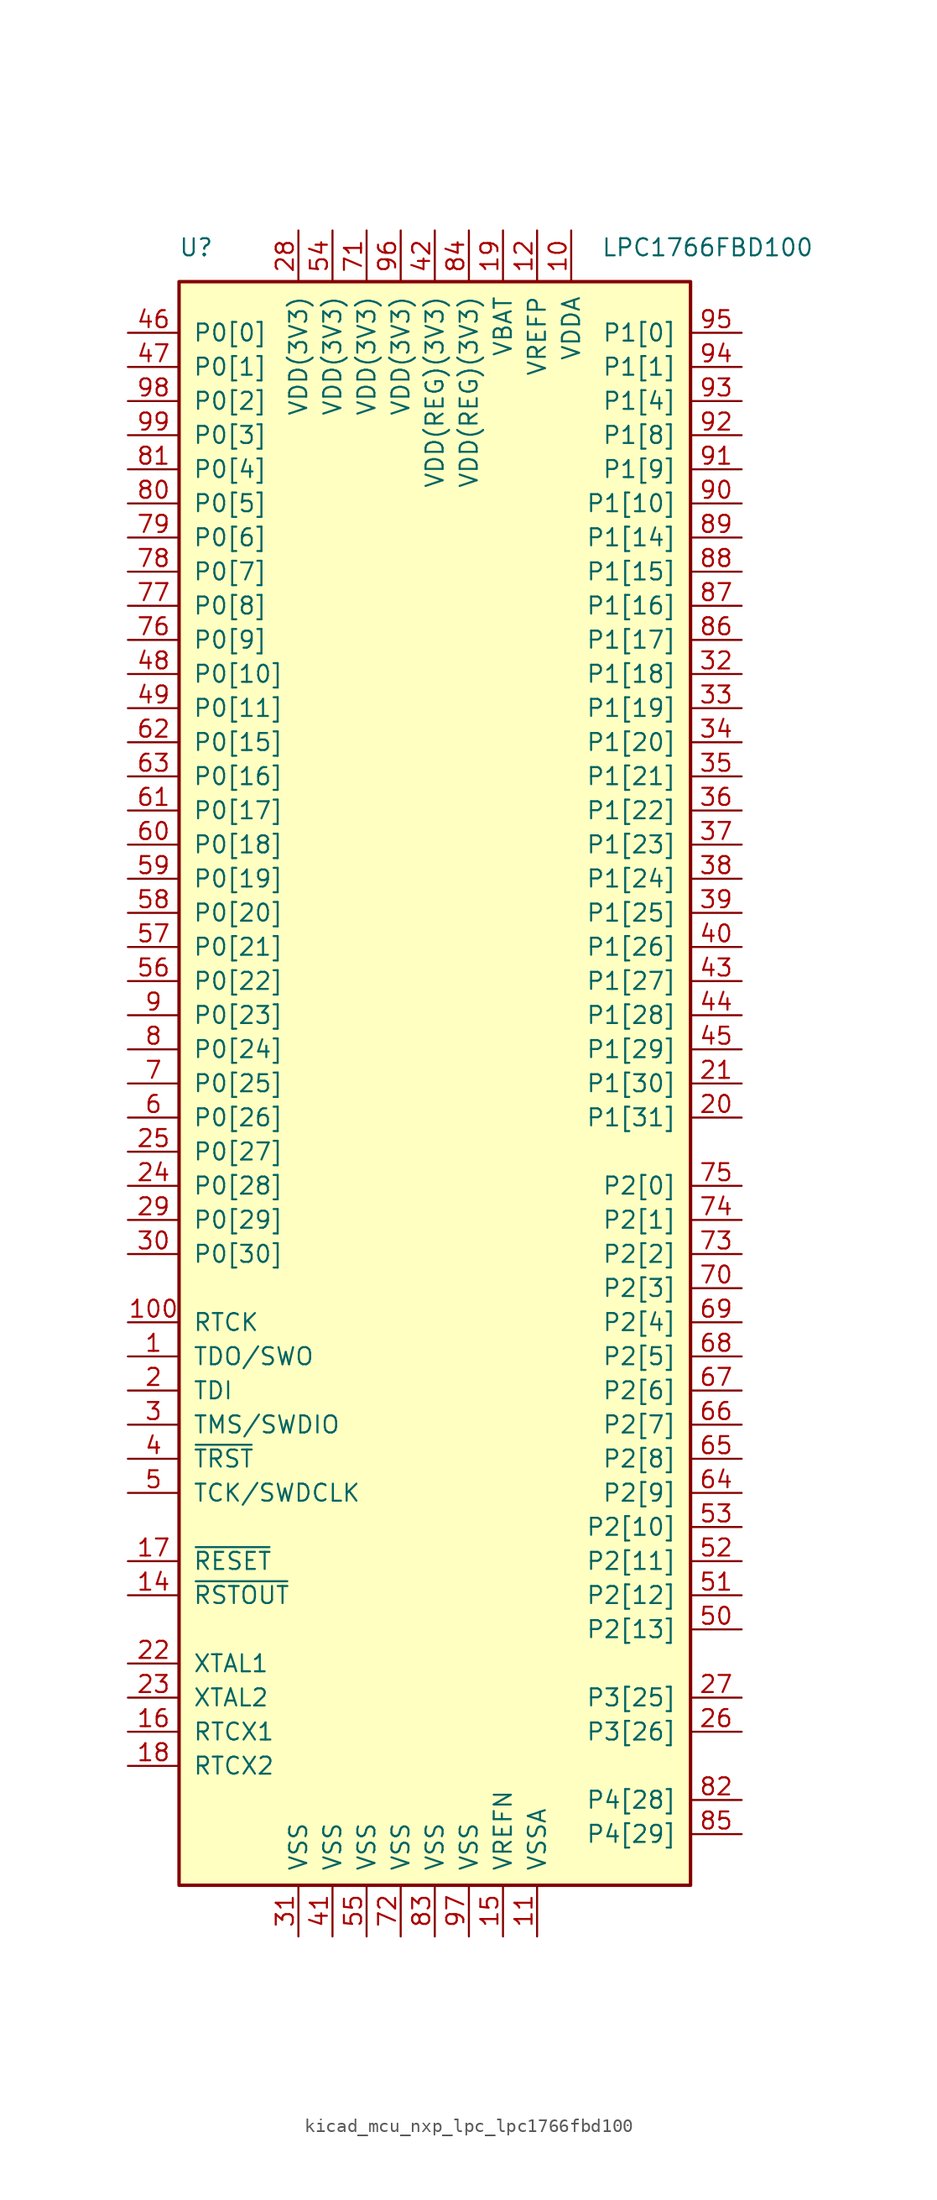
<source format=kicad_sym>
(kicad_symbol_lib
  (version 20220914)
  (generator kicad_symbol_editor)
  (symbol "kicad_mcu_nxp_lpc_lpc1766fbd100"
    (pin_names
      (offset 1.016))
    (property "Reference" "U"
      (at -17.78 62.23 0)
      (effects (font (size 1.27 1.27))))
    (property "Value" "LPC1766FBD100"
      (at 20.32 62.23 0)
      (effects (font (size 1.27 1.27))))
    (symbol "kicad_mcu_nxp_lpc_lpc1766fbd100_0_1"
      (rectangle (start -19.05 59.69) (end 19.05 -59.69) (stroke (width 0.254) (type default)) (fill (type background))))
    (symbol "kicad_mcu_nxp_lpc_lpc1766fbd100_1_1"
      (pin output line (at -22.86 -20.32 0) (length 3.81) (name "TDO/SWO" (effects (font (size 1.27 1.27)))) (number "1" (effects (font (size 1.27 1.27)))))
      (pin power_in line (at 10.16 63.5 270) (length 3.81) (name "VDDA" (effects (font (size 1.27 1.27)))) (number "10" (effects (font (size 1.27 1.27)))))
      (pin output line (at -22.86 -17.78 0) (length 3.81) (name "RTCK" (effects (font (size 1.27 1.27)))) (number "100" (effects (font (size 1.27 1.27)))))
      (pin power_in line (at 7.62 -63.5 90) (length 3.81) (name "VSSA" (effects (font (size 1.27 1.27)))) (number "11" (effects (font (size 1.27 1.27)))))
      (pin power_in line (at 7.62 63.5 270) (length 3.81) (name "VREFP" (effects (font (size 1.27 1.27)))) (number "12" (effects (font (size 1.27 1.27)))))
      (pin no_connect line (at -19.05 -55.88 0) (length 3.81) hide (name "NC" (effects (font (size 1.27 1.27)))) (number "13" (effects (font (size 1.27 1.27)))))
      (pin output line (at -22.86 -38.1 0) (length 3.81) (name "~{RSTOUT}" (effects (font (size 1.27 1.27)))) (number "14" (effects (font (size 1.27 1.27)))))
      (pin power_in line (at 5.08 -63.5 90) (length 3.81) (name "VREFN" (effects (font (size 1.27 1.27)))) (number "15" (effects (font (size 1.27 1.27)))))
      (pin input line (at -22.86 -48.26 0) (length 3.81) (name "RTCX1" (effects (font (size 1.27 1.27)))) (number "16" (effects (font (size 1.27 1.27)))))
      (pin input line (at -22.86 -35.56 0) (length 3.81) (name "~{RESET}" (effects (font (size 1.27 1.27)))) (number "17" (effects (font (size 1.27 1.27)))))
      (pin output line (at -22.86 -50.8 0) (length 3.81) (name "RTCX2" (effects (font (size 1.27 1.27)))) (number "18" (effects (font (size 1.27 1.27)))))
      (pin power_in line (at 5.08 63.5 270) (length 3.81) (name "VBAT" (effects (font (size 1.27 1.27)))) (number "19" (effects (font (size 1.27 1.27)))))
      (pin input line (at -22.86 -22.86 0) (length 3.81) (name "TDI" (effects (font (size 1.27 1.27)))) (number "2" (effects (font (size 1.27 1.27)))))
      (pin bidirectional line (at 22.86 -2.54 180) (length 3.81) (name "P1[31]" (effects (font (size 1.27 1.27)))) (number "20" (effects (font (size 1.27 1.27)))))
      (pin bidirectional line (at 22.86 0 180) (length 3.81) (name "P1[30]" (effects (font (size 1.27 1.27)))) (number "21" (effects (font (size 1.27 1.27)))))
      (pin input line (at -22.86 -43.18 0) (length 3.81) (name "XTAL1" (effects (font (size 1.27 1.27)))) (number "22" (effects (font (size 1.27 1.27)))))
      (pin output line (at -22.86 -45.72 0) (length 3.81) (name "XTAL2" (effects (font (size 1.27 1.27)))) (number "23" (effects (font (size 1.27 1.27)))))
      (pin bidirectional line (at -22.86 -7.62 0) (length 3.81) (name "P0[28]" (effects (font (size 1.27 1.27)))) (number "24" (effects (font (size 1.27 1.27)))))
      (pin bidirectional line (at -22.86 -5.08 0) (length 3.81) (name "P0[27]" (effects (font (size 1.27 1.27)))) (number "25" (effects (font (size 1.27 1.27)))))
      (pin bidirectional line (at 22.86 -48.26 180) (length 3.81) (name "P3[26]" (effects (font (size 1.27 1.27)))) (number "26" (effects (font (size 1.27 1.27)))))
      (pin bidirectional line (at 22.86 -45.72 180) (length 3.81) (name "P3[25]" (effects (font (size 1.27 1.27)))) (number "27" (effects (font (size 1.27 1.27)))))
      (pin power_in line (at -10.16 63.5 270) (length 3.81) (name "VDD(3V3)" (effects (font (size 1.27 1.27)))) (number "28" (effects (font (size 1.27 1.27)))))
      (pin bidirectional line (at -22.86 -10.16 0) (length 3.81) (name "P0[29]" (effects (font (size 1.27 1.27)))) (number "29" (effects (font (size 1.27 1.27)))))
      (pin bidirectional line (at -22.86 -25.4 0) (length 3.81) (name "TMS/SWDIO" (effects (font (size 1.27 1.27)))) (number "3" (effects (font (size 1.27 1.27)))))
      (pin bidirectional line (at -22.86 -12.7 0) (length 3.81) (name "P0[30]" (effects (font (size 1.27 1.27)))) (number "30" (effects (font (size 1.27 1.27)))))
      (pin power_in line (at -10.16 -63.5 90) (length 3.81) (name "VSS" (effects (font (size 1.27 1.27)))) (number "31" (effects (font (size 1.27 1.27)))))
      (pin bidirectional line (at 22.86 30.48 180) (length 3.81) (name "P1[18]" (effects (font (size 1.27 1.27)))) (number "32" (effects (font (size 1.27 1.27)))))
      (pin bidirectional line (at 22.86 27.94 180) (length 3.81) (name "P1[19]" (effects (font (size 1.27 1.27)))) (number "33" (effects (font (size 1.27 1.27)))))
      (pin bidirectional line (at 22.86 25.4 180) (length 3.81) (name "P1[20]" (effects (font (size 1.27 1.27)))) (number "34" (effects (font (size 1.27 1.27)))))
      (pin bidirectional line (at 22.86 22.86 180) (length 3.81) (name "P1[21]" (effects (font (size 1.27 1.27)))) (number "35" (effects (font (size 1.27 1.27)))))
      (pin bidirectional line (at 22.86 20.32 180) (length 3.81) (name "P1[22]" (effects (font (size 1.27 1.27)))) (number "36" (effects (font (size 1.27 1.27)))))
      (pin bidirectional line (at 22.86 17.78 180) (length 3.81) (name "P1[23]" (effects (font (size 1.27 1.27)))) (number "37" (effects (font (size 1.27 1.27)))))
      (pin bidirectional line (at 22.86 15.24 180) (length 3.81) (name "P1[24]" (effects (font (size 1.27 1.27)))) (number "38" (effects (font (size 1.27 1.27)))))
      (pin bidirectional line (at 22.86 12.7 180) (length 3.81) (name "P1[25]" (effects (font (size 1.27 1.27)))) (number "39" (effects (font (size 1.27 1.27)))))
      (pin input line (at -22.86 -27.94 0) (length 3.81) (name "~{TRST}" (effects (font (size 1.27 1.27)))) (number "4" (effects (font (size 1.27 1.27)))))
      (pin bidirectional line (at 22.86 10.16 180) (length 3.81) (name "P1[26]" (effects (font (size 1.27 1.27)))) (number "40" (effects (font (size 1.27 1.27)))))
      (pin power_in line (at -7.62 -63.5 90) (length 3.81) (name "VSS" (effects (font (size 1.27 1.27)))) (number "41" (effects (font (size 1.27 1.27)))))
      (pin power_in line (at 0 63.5 270) (length 3.81) (name "VDD(REG)(3V3)" (effects (font (size 1.27 1.27)))) (number "42" (effects (font (size 1.27 1.27)))))
      (pin bidirectional line (at 22.86 7.62 180) (length 3.81) (name "P1[27]" (effects (font (size 1.27 1.27)))) (number "43" (effects (font (size 1.27 1.27)))))
      (pin bidirectional line (at 22.86 5.08 180) (length 3.81) (name "P1[28]" (effects (font (size 1.27 1.27)))) (number "44" (effects (font (size 1.27 1.27)))))
      (pin bidirectional line (at 22.86 2.54 180) (length 3.81) (name "P1[29]" (effects (font (size 1.27 1.27)))) (number "45" (effects (font (size 1.27 1.27)))))
      (pin bidirectional line (at -22.86 55.88 0) (length 3.81) (name "P0[0]" (effects (font (size 1.27 1.27)))) (number "46" (effects (font (size 1.27 1.27)))))
      (pin bidirectional line (at -22.86 53.34 0) (length 3.81) (name "P0[1]" (effects (font (size 1.27 1.27)))) (number "47" (effects (font (size 1.27 1.27)))))
      (pin bidirectional line (at -22.86 30.48 0) (length 3.81) (name "P0[10]" (effects (font (size 1.27 1.27)))) (number "48" (effects (font (size 1.27 1.27)))))
      (pin bidirectional line (at -22.86 27.94 0) (length 3.81) (name "P0[11]" (effects (font (size 1.27 1.27)))) (number "49" (effects (font (size 1.27 1.27)))))
      (pin input line (at -22.86 -30.48 0) (length 3.81) (name "TCK/SWDCLK" (effects (font (size 1.27 1.27)))) (number "5" (effects (font (size 1.27 1.27)))))
      (pin bidirectional line (at 22.86 -40.64 180) (length 3.81) (name "P2[13]" (effects (font (size 1.27 1.27)))) (number "50" (effects (font (size 1.27 1.27)))))
      (pin bidirectional line (at 22.86 -38.1 180) (length 3.81) (name "P2[12]" (effects (font (size 1.27 1.27)))) (number "51" (effects (font (size 1.27 1.27)))))
      (pin bidirectional line (at 22.86 -35.56 180) (length 3.81) (name "P2[11]" (effects (font (size 1.27 1.27)))) (number "52" (effects (font (size 1.27 1.27)))))
      (pin bidirectional line (at 22.86 -33.02 180) (length 3.81) (name "P2[10]" (effects (font (size 1.27 1.27)))) (number "53" (effects (font (size 1.27 1.27)))))
      (pin power_in line (at -7.62 63.5 270) (length 3.81) (name "VDD(3V3)" (effects (font (size 1.27 1.27)))) (number "54" (effects (font (size 1.27 1.27)))))
      (pin power_in line (at -5.08 -63.5 90) (length 3.81) (name "VSS" (effects (font (size 1.27 1.27)))) (number "55" (effects (font (size 1.27 1.27)))))
      (pin bidirectional line (at -22.86 7.62 0) (length 3.81) (name "P0[22]" (effects (font (size 1.27 1.27)))) (number "56" (effects (font (size 1.27 1.27)))))
      (pin bidirectional line (at -22.86 10.16 0) (length 3.81) (name "P0[21]" (effects (font (size 1.27 1.27)))) (number "57" (effects (font (size 1.27 1.27)))))
      (pin bidirectional line (at -22.86 12.7 0) (length 3.81) (name "P0[20]" (effects (font (size 1.27 1.27)))) (number "58" (effects (font (size 1.27 1.27)))))
      (pin bidirectional line (at -22.86 15.24 0) (length 3.81) (name "P0[19]" (effects (font (size 1.27 1.27)))) (number "59" (effects (font (size 1.27 1.27)))))
      (pin bidirectional line (at -22.86 -2.54 0) (length 3.81) (name "P0[26]" (effects (font (size 1.27 1.27)))) (number "6" (effects (font (size 1.27 1.27)))))
      (pin bidirectional line (at -22.86 17.78 0) (length 3.81) (name "P0[18]" (effects (font (size 1.27 1.27)))) (number "60" (effects (font (size 1.27 1.27)))))
      (pin bidirectional line (at -22.86 20.32 0) (length 3.81) (name "P0[17]" (effects (font (size 1.27 1.27)))) (number "61" (effects (font (size 1.27 1.27)))))
      (pin bidirectional line (at -22.86 25.4 0) (length 3.81) (name "P0[15]" (effects (font (size 1.27 1.27)))) (number "62" (effects (font (size 1.27 1.27)))))
      (pin bidirectional line (at -22.86 22.86 0) (length 3.81) (name "P0[16]" (effects (font (size 1.27 1.27)))) (number "63" (effects (font (size 1.27 1.27)))))
      (pin bidirectional line (at 22.86 -30.48 180) (length 3.81) (name "P2[9]" (effects (font (size 1.27 1.27)))) (number "64" (effects (font (size 1.27 1.27)))))
      (pin bidirectional line (at 22.86 -27.94 180) (length 3.81) (name "P2[8]" (effects (font (size 1.27 1.27)))) (number "65" (effects (font (size 1.27 1.27)))))
      (pin bidirectional line (at 22.86 -25.4 180) (length 3.81) (name "P2[7]" (effects (font (size 1.27 1.27)))) (number "66" (effects (font (size 1.27 1.27)))))
      (pin bidirectional line (at 22.86 -22.86 180) (length 3.81) (name "P2[6]" (effects (font (size 1.27 1.27)))) (number "67" (effects (font (size 1.27 1.27)))))
      (pin bidirectional line (at 22.86 -20.32 180) (length 3.81) (name "P2[5]" (effects (font (size 1.27 1.27)))) (number "68" (effects (font (size 1.27 1.27)))))
      (pin bidirectional line (at 22.86 -17.78 180) (length 3.81) (name "P2[4]" (effects (font (size 1.27 1.27)))) (number "69" (effects (font (size 1.27 1.27)))))
      (pin bidirectional line (at -22.86 0 0) (length 3.81) (name "P0[25]" (effects (font (size 1.27 1.27)))) (number "7" (effects (font (size 1.27 1.27)))))
      (pin bidirectional line (at 22.86 -15.24 180) (length 3.81) (name "P2[3]" (effects (font (size 1.27 1.27)))) (number "70" (effects (font (size 1.27 1.27)))))
      (pin power_in line (at -5.08 63.5 270) (length 3.81) (name "VDD(3V3)" (effects (font (size 1.27 1.27)))) (number "71" (effects (font (size 1.27 1.27)))))
      (pin power_in line (at -2.54 -63.5 90) (length 3.81) (name "VSS" (effects (font (size 1.27 1.27)))) (number "72" (effects (font (size 1.27 1.27)))))
      (pin bidirectional line (at 22.86 -12.7 180) (length 3.81) (name "P2[2]" (effects (font (size 1.27 1.27)))) (number "73" (effects (font (size 1.27 1.27)))))
      (pin bidirectional line (at 22.86 -10.16 180) (length 3.81) (name "P2[1]" (effects (font (size 1.27 1.27)))) (number "74" (effects (font (size 1.27 1.27)))))
      (pin bidirectional line (at 22.86 -7.62 180) (length 3.81) (name "P2[0]" (effects (font (size 1.27 1.27)))) (number "75" (effects (font (size 1.27 1.27)))))
      (pin bidirectional line (at -22.86 33.02 0) (length 3.81) (name "P0[9]" (effects (font (size 1.27 1.27)))) (number "76" (effects (font (size 1.27 1.27)))))
      (pin bidirectional line (at -22.86 35.56 0) (length 3.81) (name "P0[8]" (effects (font (size 1.27 1.27)))) (number "77" (effects (font (size 1.27 1.27)))))
      (pin bidirectional line (at -22.86 38.1 0) (length 3.81) (name "P0[7]" (effects (font (size 1.27 1.27)))) (number "78" (effects (font (size 1.27 1.27)))))
      (pin bidirectional line (at -22.86 40.64 0) (length 3.81) (name "P0[6]" (effects (font (size 1.27 1.27)))) (number "79" (effects (font (size 1.27 1.27)))))
      (pin bidirectional line (at -22.86 2.54 0) (length 3.81) (name "P0[24]" (effects (font (size 1.27 1.27)))) (number "8" (effects (font (size 1.27 1.27)))))
      (pin bidirectional line (at -22.86 43.18 0) (length 3.81) (name "P0[5]" (effects (font (size 1.27 1.27)))) (number "80" (effects (font (size 1.27 1.27)))))
      (pin bidirectional line (at -22.86 45.72 0) (length 3.81) (name "P0[4]" (effects (font (size 1.27 1.27)))) (number "81" (effects (font (size 1.27 1.27)))))
      (pin bidirectional line (at 22.86 -53.34 180) (length 3.81) (name "P4[28]" (effects (font (size 1.27 1.27)))) (number "82" (effects (font (size 1.27 1.27)))))
      (pin power_in line (at 0 -63.5 90) (length 3.81) (name "VSS" (effects (font (size 1.27 1.27)))) (number "83" (effects (font (size 1.27 1.27)))))
      (pin power_in line (at 2.54 63.5 270) (length 3.81) (name "VDD(REG)(3V3)" (effects (font (size 1.27 1.27)))) (number "84" (effects (font (size 1.27 1.27)))))
      (pin bidirectional line (at 22.86 -55.88 180) (length 3.81) (name "P4[29]" (effects (font (size 1.27 1.27)))) (number "85" (effects (font (size 1.27 1.27)))))
      (pin bidirectional line (at 22.86 33.02 180) (length 3.81) (name "P1[17]" (effects (font (size 1.27 1.27)))) (number "86" (effects (font (size 1.27 1.27)))))
      (pin bidirectional line (at 22.86 35.56 180) (length 3.81) (name "P1[16]" (effects (font (size 1.27 1.27)))) (number "87" (effects (font (size 1.27 1.27)))))
      (pin bidirectional line (at 22.86 38.1 180) (length 3.81) (name "P1[15]" (effects (font (size 1.27 1.27)))) (number "88" (effects (font (size 1.27 1.27)))))
      (pin bidirectional line (at 22.86 40.64 180) (length 3.81) (name "P1[14]" (effects (font (size 1.27 1.27)))) (number "89" (effects (font (size 1.27 1.27)))))
      (pin bidirectional line (at -22.86 5.08 0) (length 3.81) (name "P0[23]" (effects (font (size 1.27 1.27)))) (number "9" (effects (font (size 1.27 1.27)))))
      (pin bidirectional line (at 22.86 43.18 180) (length 3.81) (name "P1[10]" (effects (font (size 1.27 1.27)))) (number "90" (effects (font (size 1.27 1.27)))))
      (pin bidirectional line (at 22.86 45.72 180) (length 3.81) (name "P1[9]" (effects (font (size 1.27 1.27)))) (number "91" (effects (font (size 1.27 1.27)))))
      (pin bidirectional line (at 22.86 48.26 180) (length 3.81) (name "P1[8]" (effects (font (size 1.27 1.27)))) (number "92" (effects (font (size 1.27 1.27)))))
      (pin bidirectional line (at 22.86 50.8 180) (length 3.81) (name "P1[4]" (effects (font (size 1.27 1.27)))) (number "93" (effects (font (size 1.27 1.27)))))
      (pin bidirectional line (at 22.86 53.34 180) (length 3.81) (name "P1[1]" (effects (font (size 1.27 1.27)))) (number "94" (effects (font (size 1.27 1.27)))))
      (pin bidirectional line (at 22.86 55.88 180) (length 3.81) (name "P1[0]" (effects (font (size 1.27 1.27)))) (number "95" (effects (font (size 1.27 1.27)))))
      (pin power_in line (at -2.54 63.5 270) (length 3.81) (name "VDD(3V3)" (effects (font (size 1.27 1.27)))) (number "96" (effects (font (size 1.27 1.27)))))
      (pin power_in line (at 2.54 -63.5 90) (length 3.81) (name "VSS" (effects (font (size 1.27 1.27)))) (number "97" (effects (font (size 1.27 1.27)))))
      (pin bidirectional line (at -22.86 50.8 0) (length 3.81) (name "P0[2]" (effects (font (size 1.27 1.27)))) (number "98" (effects (font (size 1.27 1.27)))))
      (pin bidirectional line (at -22.86 48.26 0) (length 3.81) (name "P0[3]" (effects (font (size 1.27 1.27)))) (number "99" (effects (font (size 1.27 1.27))))))))
</source>
